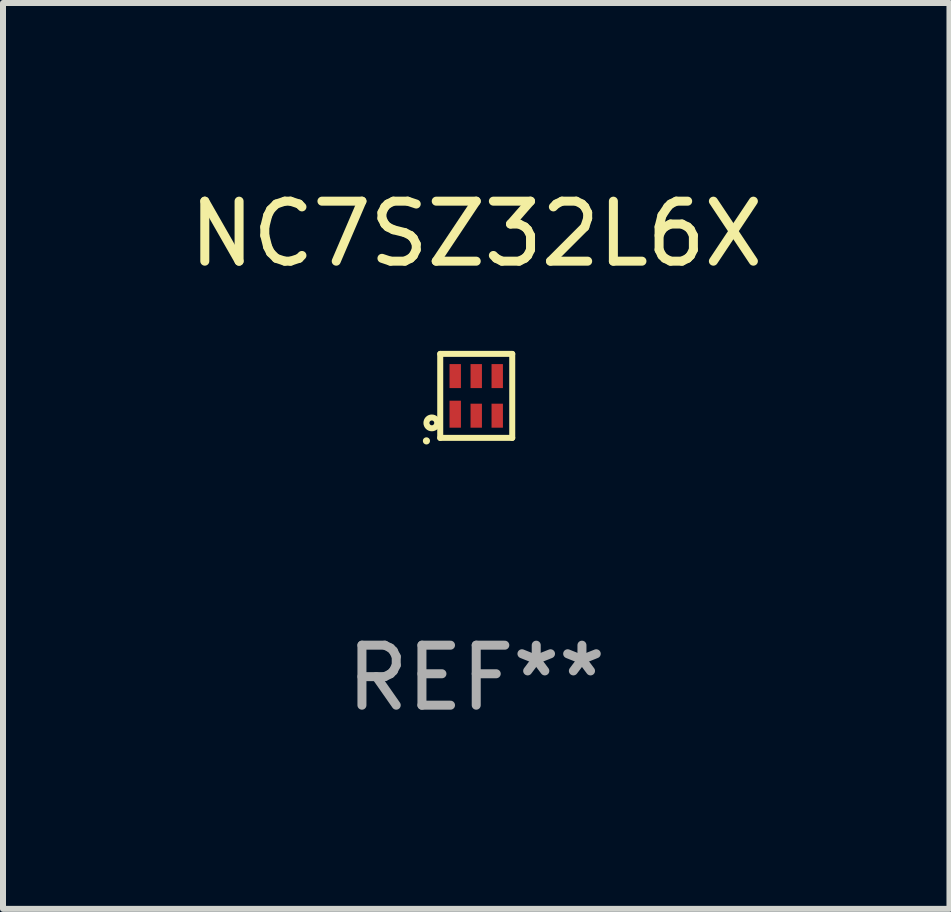
<source format=kicad_pcb>
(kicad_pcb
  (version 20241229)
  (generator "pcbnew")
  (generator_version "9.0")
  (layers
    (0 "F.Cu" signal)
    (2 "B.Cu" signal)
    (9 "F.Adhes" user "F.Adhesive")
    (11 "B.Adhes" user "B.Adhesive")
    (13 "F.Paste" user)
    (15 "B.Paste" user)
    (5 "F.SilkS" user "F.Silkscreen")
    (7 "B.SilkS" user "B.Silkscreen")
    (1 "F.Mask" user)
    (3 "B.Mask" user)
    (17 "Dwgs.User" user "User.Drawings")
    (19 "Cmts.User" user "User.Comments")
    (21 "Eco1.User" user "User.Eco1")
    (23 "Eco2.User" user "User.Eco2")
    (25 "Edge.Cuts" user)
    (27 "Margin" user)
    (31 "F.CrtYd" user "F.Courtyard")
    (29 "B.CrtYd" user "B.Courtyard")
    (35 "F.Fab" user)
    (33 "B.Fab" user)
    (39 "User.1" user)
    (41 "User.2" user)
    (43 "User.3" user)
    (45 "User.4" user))
  (footprint "NC7SZ32L6X"
    (layer "F.Cu")
    (at 4.887 3.548)
    (property "Reference" "NC7SZ32L6X" (at 0 -2.7 0) (layer "F.SilkS") (effects (font (size 1 1) (thickness 0.15))))
    (attr through_hole)
    (fp_line (start -0.6 -0.7) (end -0.6 0.7) (stroke (width 0.1) (type solid)) (layer "F.SilkS"))
    (fp_line (start -0.6 -0.7) (end 0.6 -0.7) (stroke (width 0.1) (type solid)) (layer "F.SilkS"))
    (fp_line (start -0.6 0.7) (end 0.6 0.7) (stroke (width 0.1) (type solid)) (layer "F.SilkS"))
    (fp_line (start 0.6 -0.7) (end 0.6 0.7) (stroke (width 0.1) (type solid)) (layer "F.SilkS"))
    (fp_circle (center -0.83 0.75) (end -0.8 0.75) (stroke (width 0.06) (type solid)) (fill no) (layer "F.SilkS"))
    (fp_circle (center -0.74 0.45) (end -0.7 0.45) (stroke (width 0.1) (type solid)) (fill no) (layer "F.SilkS"))
    (fp_text user "REF**" (at 0 4.7 0) (layer "F.Fab") (effects (font (size 1 1) (thickness 0.15))))
    (pad "1" smd rect (at -0.35 0.305 90) (size 0.45 0.19) (layers "F.Cu" "F.Mask" "F.Paste"))
    (pad "2" smd rect (at 0 0.33 90) (size 0.4 0.19) (layers "F.Cu" "F.Mask" "F.Paste"))
    (pad "3" smd rect (at 0.35 0.33 90) (size 0.4 0.19) (layers "F.Cu" "F.Mask" "F.Paste"))
    (pad "4" smd rect (at 0.35 -0.33 90) (size 0.4 0.19) (layers "F.Cu" "F.Mask" "F.Paste"))
    (pad "5" smd rect (at 0 -0.33 90) (size 0.4 0.19) (layers "F.Cu" "F.Mask" "F.Paste"))
    (pad "6" smd rect (at -0.35 -0.33 90) (size 0.4 0.19) (layers "F.Cu" "F.Mask" "F.Paste")))
  (gr_rect
    (start -3 -3)
    (end 12.774 12.097)
    (stroke (width 0.1) (type default))
    (fill no)
    (layer "Edge.Cuts")))
</source>
